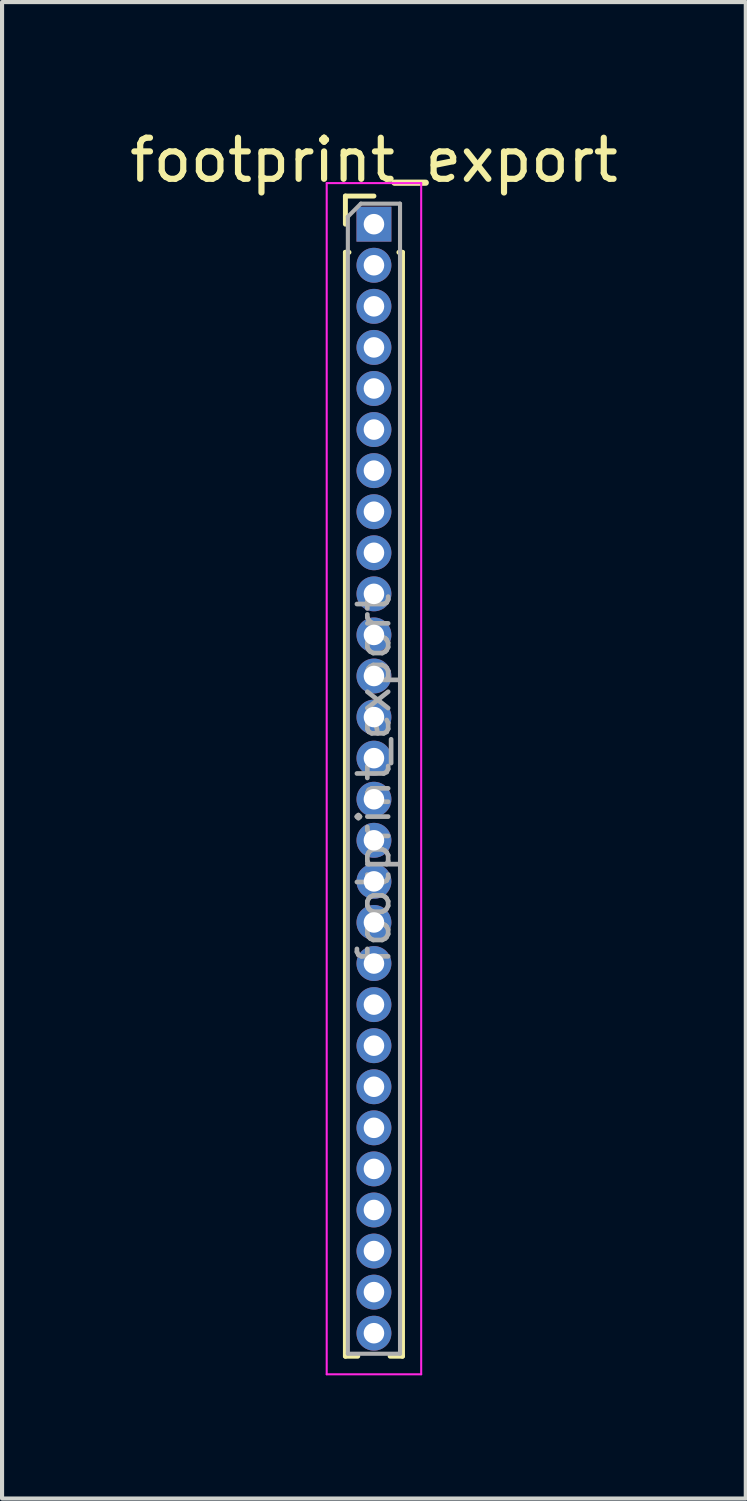
<source format=kicad_pcb>
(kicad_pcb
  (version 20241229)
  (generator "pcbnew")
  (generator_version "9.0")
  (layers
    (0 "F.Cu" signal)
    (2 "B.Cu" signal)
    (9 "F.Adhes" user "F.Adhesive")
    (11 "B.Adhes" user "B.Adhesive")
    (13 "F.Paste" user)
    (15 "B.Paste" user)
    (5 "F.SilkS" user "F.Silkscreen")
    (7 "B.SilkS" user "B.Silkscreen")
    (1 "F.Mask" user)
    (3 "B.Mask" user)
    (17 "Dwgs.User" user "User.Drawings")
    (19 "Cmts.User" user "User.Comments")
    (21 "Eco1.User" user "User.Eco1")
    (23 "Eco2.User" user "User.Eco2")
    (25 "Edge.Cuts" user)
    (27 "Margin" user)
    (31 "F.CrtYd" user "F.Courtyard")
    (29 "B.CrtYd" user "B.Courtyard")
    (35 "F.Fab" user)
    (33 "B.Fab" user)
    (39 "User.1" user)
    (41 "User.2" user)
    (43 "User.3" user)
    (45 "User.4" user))
  (footprint "footprint_export"
    (layer "F.Cu")
    (at 6.054 2.408)
    (property "Reference" "footprint_export" (at 0 -1.56 0) (layer "F.SilkS") (effects (font (size 1 1) (thickness 0.15))))
    (attr through_hole)
    (fp_line (start -0.695 -0.685) (end 0 -0.685) (stroke (width 0.12) (type solid)) (layer "F.SilkS"))
    (fp_line (start -0.695 0) (end -0.695 -0.685) (stroke (width 0.12) (type solid)) (layer "F.SilkS"))
    (fp_line (start -0.695 0.685) (end -0.695 27.56) (stroke (width 0.12) (type solid)) (layer "F.SilkS"))
    (fp_line (start -0.695 0.685) (end -0.608 0.685) (stroke (width 0.12) (type solid)) (layer "F.SilkS"))
    (fp_line (start -0.695 27.56) (end -0.394 27.56) (stroke (width 0.12) (type solid)) (layer "F.SilkS"))
    (fp_line (start 0.394 27.56) (end 0.695 27.56) (stroke (width 0.12) (type solid)) (layer "F.SilkS"))
    (fp_line (start 0.608 0.685) (end 0.695 0.685) (stroke (width 0.12) (type solid)) (layer "F.SilkS"))
    (fp_line (start 0.695 0.685) (end 0.695 27.56) (stroke (width 0.12) (type solid)) (layer "F.SilkS"))
    (fp_line (start -1.15 -1) (end -1.15 28) (stroke (width 0.05) (type solid)) (layer "F.CrtYd"))
    (fp_line (start -1.15 28) (end 1.15 28) (stroke (width 0.05) (type solid)) (layer "F.CrtYd"))
    (fp_line (start 1.15 -1) (end -1.15 -1) (stroke (width 0.05) (type solid)) (layer "F.CrtYd"))
    (fp_line (start 1.15 28) (end 1.15 -1) (stroke (width 0.05) (type solid)) (layer "F.CrtYd"))
    (fp_line (start -0.635 -0.182) (end -0.318 -0.5) (stroke (width 0.1) (type solid)) (layer "F.Fab"))
    (fp_line (start -0.635 27.5) (end -0.635 -0.182) (stroke (width 0.1) (type solid)) (layer "F.Fab"))
    (fp_line (start -0.318 -0.5) (end 0.635 -0.5) (stroke (width 0.1) (type solid)) (layer "F.Fab"))
    (fp_line (start 0.635 -0.5) (end 0.635 27.5) (stroke (width 0.1) (type solid)) (layer "F.Fab"))
    (fp_line (start 0.635 27.5) (end -0.635 27.5) (stroke (width 0.1) (type solid)) (layer "F.Fab"))
    (fp_text user "${REFERENCE}" (at 0 13.5 90) (layer "F.Fab") (effects (font (size 0.76 0.76) (thickness 0.114))))
    (pad "1" thru_hole rect (at 0 0) (size 0.85 0.85) (drill 0.5) (layers "*.Cu" "*.Mask"))
    (pad "2" thru_hole oval (at 0 1) (size 0.85 0.85) (drill 0.5) (layers "*.Cu" "*.Mask"))
    (pad "3" thru_hole oval (at 0 2) (size 0.85 0.85) (drill 0.5) (layers "*.Cu" "*.Mask"))
    (pad "4" thru_hole oval (at 0 3) (size 0.85 0.85) (drill 0.5) (layers "*.Cu" "*.Mask"))
    (pad "5" thru_hole oval (at 0 4) (size 0.85 0.85) (drill 0.5) (layers "*.Cu" "*.Mask"))
    (pad "6" thru_hole oval (at 0 5) (size 0.85 0.85) (drill 0.5) (layers "*.Cu" "*.Mask"))
    (pad "7" thru_hole oval (at 0 6) (size 0.85 0.85) (drill 0.5) (layers "*.Cu" "*.Mask"))
    (pad "8" thru_hole oval (at 0 7) (size 0.85 0.85) (drill 0.5) (layers "*.Cu" "*.Mask"))
    (pad "9" thru_hole oval (at 0 8) (size 0.85 0.85) (drill 0.5) (layers "*.Cu" "*.Mask"))
    (pad "10" thru_hole oval (at 0 9) (size 0.85 0.85) (drill 0.5) (layers "*.Cu" "*.Mask"))
    (pad "11" thru_hole oval (at 0 10) (size 0.85 0.85) (drill 0.5) (layers "*.Cu" "*.Mask"))
    (pad "12" thru_hole oval (at 0 11) (size 0.85 0.85) (drill 0.5) (layers "*.Cu" "*.Mask"))
    (pad "13" thru_hole oval (at 0 12) (size 0.85 0.85) (drill 0.5) (layers "*.Cu" "*.Mask"))
    (pad "14" thru_hole oval (at 0 13) (size 0.85 0.85) (drill 0.5) (layers "*.Cu" "*.Mask"))
    (pad "15" thru_hole oval (at 0 14) (size 0.85 0.85) (drill 0.5) (layers "*.Cu" "*.Mask"))
    (pad "16" thru_hole oval (at 0 15) (size 0.85 0.85) (drill 0.5) (layers "*.Cu" "*.Mask"))
    (pad "17" thru_hole oval (at 0 16) (size 0.85 0.85) (drill 0.5) (layers "*.Cu" "*.Mask"))
    (pad "18" thru_hole oval (at 0 17) (size 0.85 0.85) (drill 0.5) (layers "*.Cu" "*.Mask"))
    (pad "19" thru_hole oval (at 0 18) (size 0.85 0.85) (drill 0.5) (layers "*.Cu" "*.Mask"))
    (pad "20" thru_hole oval (at 0 19) (size 0.85 0.85) (drill 0.5) (layers "*.Cu" "*.Mask"))
    (pad "21" thru_hole oval (at 0 20) (size 0.85 0.85) (drill 0.5) (layers "*.Cu" "*.Mask"))
    (pad "22" thru_hole oval (at 0 21) (size 0.85 0.85) (drill 0.5) (layers "*.Cu" "*.Mask"))
    (pad "23" thru_hole oval (at 0 22) (size 0.85 0.85) (drill 0.5) (layers "*.Cu" "*.Mask"))
    (pad "24" thru_hole oval (at 0 23) (size 0.85 0.85) (drill 0.5) (layers "*.Cu" "*.Mask"))
    (pad "25" thru_hole oval (at 0 24) (size 0.85 0.85) (drill 0.5) (layers "*.Cu" "*.Mask"))
    (pad "26" thru_hole oval (at 0 25) (size 0.85 0.85) (drill 0.5) (layers "*.Cu" "*.Mask"))
    (pad "27" thru_hole oval (at 0 26) (size 0.85 0.85) (drill 0.5) (layers "*.Cu" "*.Mask"))
    (pad "28" thru_hole oval (at 0 27) (size 0.85 0.85) (drill 0.5) (layers "*.Cu" "*.Mask")))
  (gr_rect
    (start -3 -3)
    (end 15.107 33.433)
    (stroke (width 0.1) (type default))
    (fill no)
    (layer "Edge.Cuts")))
</source>
